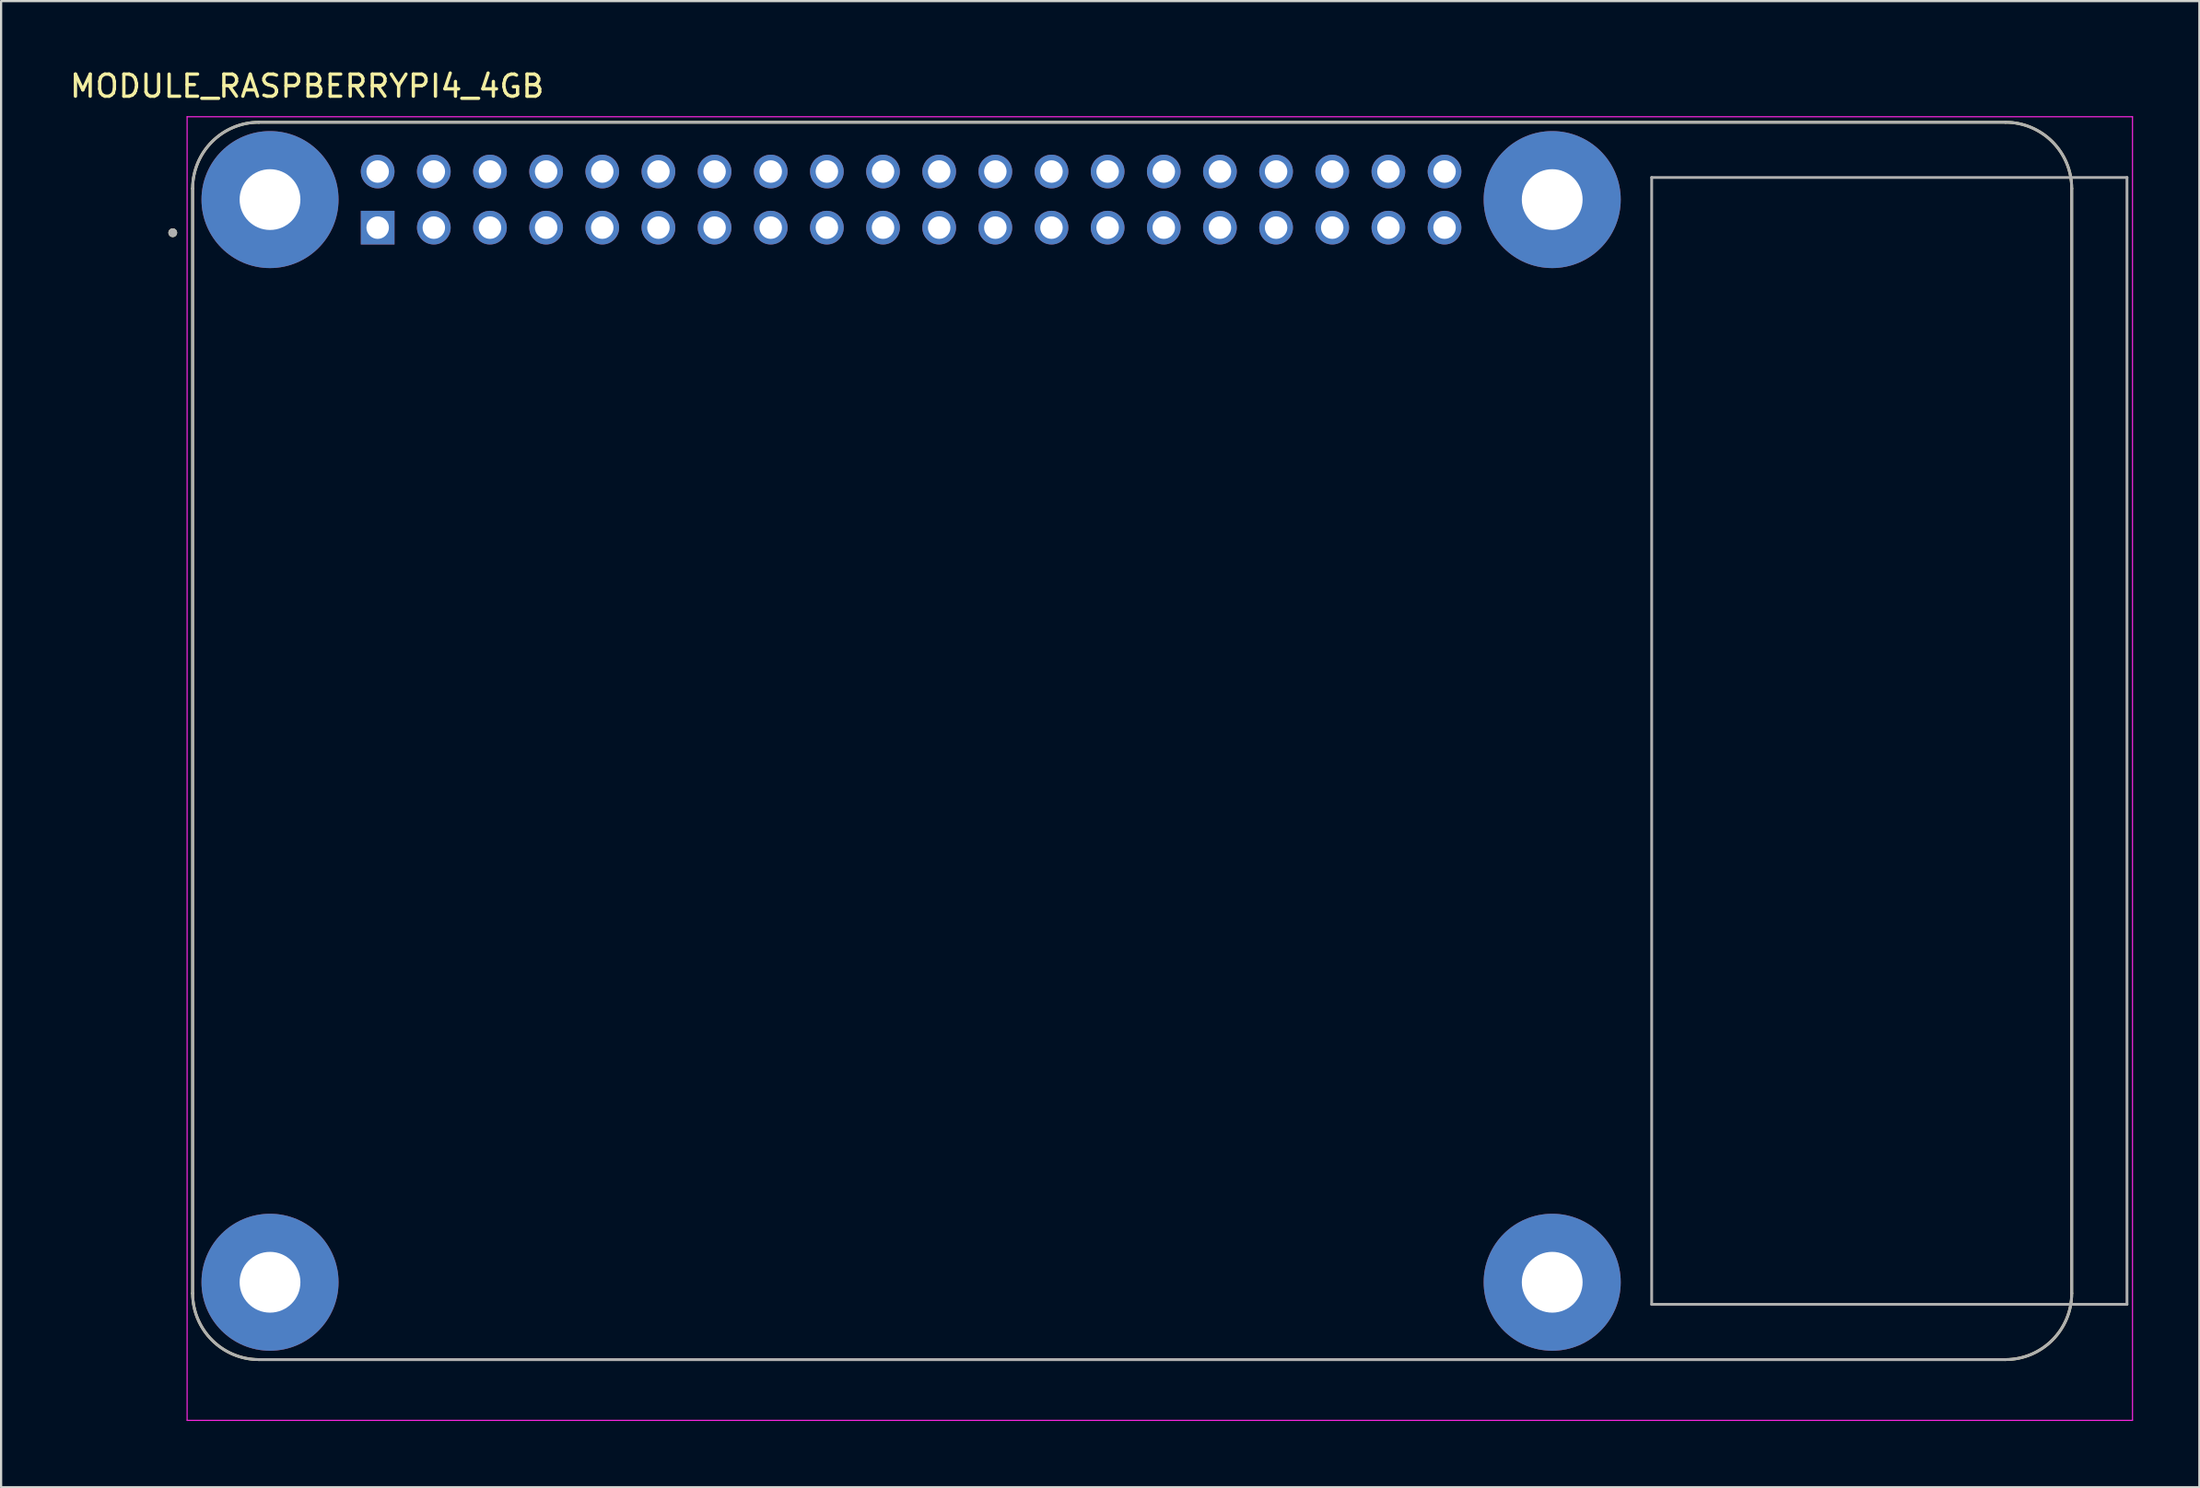
<source format=kicad_pcb>
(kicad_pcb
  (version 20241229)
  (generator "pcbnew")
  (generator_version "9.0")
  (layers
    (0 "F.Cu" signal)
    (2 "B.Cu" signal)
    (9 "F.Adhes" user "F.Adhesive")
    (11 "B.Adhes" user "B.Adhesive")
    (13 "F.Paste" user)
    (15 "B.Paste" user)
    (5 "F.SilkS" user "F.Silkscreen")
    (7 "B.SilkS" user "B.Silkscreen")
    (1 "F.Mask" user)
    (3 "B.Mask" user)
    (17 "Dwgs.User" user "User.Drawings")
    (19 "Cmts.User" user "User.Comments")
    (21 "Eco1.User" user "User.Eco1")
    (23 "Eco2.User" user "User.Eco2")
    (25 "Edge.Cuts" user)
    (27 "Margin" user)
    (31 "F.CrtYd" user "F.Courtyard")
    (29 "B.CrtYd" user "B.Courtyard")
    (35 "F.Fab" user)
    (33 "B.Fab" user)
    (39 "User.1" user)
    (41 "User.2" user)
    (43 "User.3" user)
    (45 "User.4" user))
  (footprint "MODULE_RASPBERRYPI4_4GB"
    (layer "F.Cu")
    (at 48.164 30.483)
    (property "Reference" "MODULE_RASPBERRYPI4_4GB" (at -37.325 -29.635 0) (layer "F.SilkS") (effects (font (size 1 1) (thickness 0.15))))
    (attr through_hole)
    (fp_line (start -42.5 -25) (end -42.5 25) (stroke (width 0.127) (type solid)) (layer "F.SilkS"))
    (fp_line (start -39.5 28) (end 39.5 28) (stroke (width 0.127) (type solid)) (layer "F.SilkS"))
    (fp_line (start 39.5 -28) (end -39.5 -28) (stroke (width 0.127) (type solid)) (layer "F.SilkS"))
    (fp_line (start 42.5 25) (end 42.5 -25) (stroke (width 0.127) (type solid)) (layer "F.SilkS"))
    (fp_arc (start -42.5 -25) (mid -41.62132 -27.12132) (end -39.5 -28) (stroke (width 0.127) (type solid)) (layer "F.SilkS"))
    (fp_arc (start -39.5 28) (mid -41.62132 27.12132) (end -42.5 25) (stroke (width 0.127) (type solid)) (layer "F.SilkS"))
    (fp_arc (start 39.5 -28) (mid 41.62132 -27.12132) (end 42.5 -25) (stroke (width 0.127) (type solid)) (layer "F.SilkS"))
    (fp_arc (start 42.5 25) (mid 41.62132 27.12132) (end 39.5 28) (stroke (width 0.127) (type solid)) (layer "F.SilkS"))
    (fp_circle (center -43.4 -23) (end -43.3 -23) (stroke (width 0.2) (type solid)) (fill no) (layer "F.SilkS"))
    (fp_line (start -42.75 -28.25) (end 45.25 -28.25) (stroke (width 0.05) (type solid)) (layer "F.CrtYd"))
    (fp_line (start -42.75 30.75) (end -42.75 -28.25) (stroke (width 0.05) (type solid)) (layer "F.CrtYd"))
    (fp_line (start 45.25 -28.25) (end 45.25 30.75) (stroke (width 0.05) (type solid)) (layer "F.CrtYd"))
    (fp_line (start 45.25 30.75) (end -42.75 30.75) (stroke (width 0.05) (type solid)) (layer "F.CrtYd"))
    (fp_line (start -42.5 -25) (end -42.5 25) (stroke (width 0.127) (type solid)) (layer "F.Fab"))
    (fp_line (start -39.5 28) (end 39.5 28) (stroke (width 0.127) (type solid)) (layer "F.Fab"))
    (fp_line (start 23.5 -25.5) (end 23.5 25.5) (stroke (width 0.127) (type solid)) (layer "F.Fab"))
    (fp_line (start 23.5 25.5) (end 45 25.5) (stroke (width 0.127) (type solid)) (layer "F.Fab"))
    (fp_line (start 39.5 -28) (end -39.5 -28) (stroke (width 0.127) (type solid)) (layer "F.Fab"))
    (fp_line (start 42.5 25) (end 42.5 -25) (stroke (width 0.127) (type solid)) (layer "F.Fab"))
    (fp_line (start 45 -25.5) (end 23.5 -25.5) (stroke (width 0.127) (type solid)) (layer "F.Fab"))
    (fp_line (start 45 25.5) (end 45 -25.5) (stroke (width 0.127) (type solid)) (layer "F.Fab"))
    (fp_arc (start -42.5 -25) (mid -41.62132 -27.12132) (end -39.5 -28) (stroke (width 0.127) (type solid)) (layer "F.Fab"))
    (fp_arc (start -39.5 28) (mid -41.62132 27.12132) (end -42.5 25) (stroke (width 0.127) (type solid)) (layer "F.Fab"))
    (fp_arc (start 39.5 -28) (mid 41.62132 -27.12132) (end 42.5 -25) (stroke (width 0.127) (type solid)) (layer "F.Fab"))
    (fp_arc (start 42.5 25) (mid 41.62132 27.12132) (end 39.5 28) (stroke (width 0.127) (type solid)) (layer "F.Fab"))
    (fp_circle (center -43.4 -23) (end -43.3 -23) (stroke (width 0.2) (type solid)) (fill no) (layer "F.Fab"))
    (pad "1" thru_hole rect (at -34.13 -23.23) (size 1.524 1.524) (drill 1.016) (layers "*.Cu" "*.Mask"))
    (pad "2" thru_hole circle (at -34.13 -25.77) (size 1.524 1.524) (drill 1.016) (layers "*.Cu" "*.Mask"))
    (pad "3" thru_hole circle (at -31.59 -23.23) (size 1.524 1.524) (drill 1.016) (layers "*.Cu" "*.Mask"))
    (pad "4" thru_hole circle (at -31.59 -25.77) (size 1.524 1.524) (drill 1.016) (layers "*.Cu" "*.Mask"))
    (pad "5" thru_hole circle (at -29.05 -23.23) (size 1.524 1.524) (drill 1.016) (layers "*.Cu" "*.Mask"))
    (pad "6" thru_hole circle (at -29.05 -25.77) (size 1.524 1.524) (drill 1.016) (layers "*.Cu" "*.Mask"))
    (pad "7" thru_hole circle (at -26.51 -23.23) (size 1.524 1.524) (drill 1.016) (layers "*.Cu" "*.Mask"))
    (pad "8" thru_hole circle (at -26.51 -25.77) (size 1.524 1.524) (drill 1.016) (layers "*.Cu" "*.Mask"))
    (pad "9" thru_hole circle (at -23.97 -23.23) (size 1.524 1.524) (drill 1.016) (layers "*.Cu" "*.Mask"))
    (pad "10" thru_hole circle (at -23.97 -25.77) (size 1.524 1.524) (drill 1.016) (layers "*.Cu" "*.Mask"))
    (pad "11" thru_hole circle (at -21.43 -23.23) (size 1.524 1.524) (drill 1.016) (layers "*.Cu" "*.Mask"))
    (pad "12" thru_hole circle (at -21.43 -25.77) (size 1.524 1.524) (drill 1.016) (layers "*.Cu" "*.Mask"))
    (pad "13" thru_hole circle (at -18.89 -23.23) (size 1.524 1.524) (drill 1.016) (layers "*.Cu" "*.Mask"))
    (pad "14" thru_hole circle (at -18.89 -25.77) (size 1.524 1.524) (drill 1.016) (layers "*.Cu" "*.Mask"))
    (pad "15" thru_hole circle (at -16.35 -23.23) (size 1.524 1.524) (drill 1.016) (layers "*.Cu" "*.Mask"))
    (pad "16" thru_hole circle (at -16.35 -25.77) (size 1.524 1.524) (drill 1.016) (layers "*.Cu" "*.Mask"))
    (pad "17" thru_hole circle (at -13.81 -23.23) (size 1.524 1.524) (drill 1.016) (layers "*.Cu" "*.Mask"))
    (pad "18" thru_hole circle (at -13.81 -25.77) (size 1.524 1.524) (drill 1.016) (layers "*.Cu" "*.Mask"))
    (pad "19" thru_hole circle (at -11.27 -23.23) (size 1.524 1.524) (drill 1.016) (layers "*.Cu" "*.Mask"))
    (pad "20" thru_hole circle (at -11.27 -25.77) (size 1.524 1.524) (drill 1.016) (layers "*.Cu" "*.Mask"))
    (pad "21" thru_hole circle (at -8.73 -23.23) (size 1.524 1.524) (drill 1.016) (layers "*.Cu" "*.Mask"))
    (pad "22" thru_hole circle (at -8.73 -25.77) (size 1.524 1.524) (drill 1.016) (layers "*.Cu" "*.Mask"))
    (pad "23" thru_hole circle (at -6.19 -23.23) (size 1.524 1.524) (drill 1.016) (layers "*.Cu" "*.Mask"))
    (pad "24" thru_hole circle (at -6.19 -25.77) (size 1.524 1.524) (drill 1.016) (layers "*.Cu" "*.Mask"))
    (pad "25" thru_hole circle (at -3.65 -23.23) (size 1.524 1.524) (drill 1.016) (layers "*.Cu" "*.Mask"))
    (pad "26" thru_hole circle (at -3.65 -25.77) (size 1.524 1.524) (drill 1.016) (layers "*.Cu" "*.Mask"))
    (pad "27" thru_hole circle (at -1.11 -23.23) (size 1.524 1.524) (drill 1.016) (layers "*.Cu" "*.Mask"))
    (pad "28" thru_hole circle (at -1.11 -25.77) (size 1.524 1.524) (drill 1.016) (layers "*.Cu" "*.Mask"))
    (pad "29" thru_hole circle (at 1.43 -23.23) (size 1.524 1.524) (drill 1.016) (layers "*.Cu" "*.Mask"))
    (pad "30" thru_hole circle (at 1.43 -25.77) (size 1.524 1.524) (drill 1.016) (layers "*.Cu" "*.Mask"))
    (pad "31" thru_hole circle (at 3.97 -23.23) (size 1.524 1.524) (drill 1.016) (layers "*.Cu" "*.Mask"))
    (pad "32" thru_hole circle (at 3.97 -25.77) (size 1.524 1.524) (drill 1.016) (layers "*.Cu" "*.Mask"))
    (pad "33" thru_hole circle (at 6.51 -23.23) (size 1.524 1.524) (drill 1.016) (layers "*.Cu" "*.Mask"))
    (pad "34" thru_hole circle (at 6.51 -25.77) (size 1.524 1.524) (drill 1.016) (layers "*.Cu" "*.Mask"))
    (pad "35" thru_hole circle (at 9.05 -23.23) (size 1.524 1.524) (drill 1.016) (layers "*.Cu" "*.Mask"))
    (pad "36" thru_hole circle (at 9.05 -25.77) (size 1.524 1.524) (drill 1.016) (layers "*.Cu" "*.Mask"))
    (pad "37" thru_hole circle (at 11.59 -23.23) (size 1.524 1.524) (drill 1.016) (layers "*.Cu" "*.Mask"))
    (pad "38" thru_hole circle (at 11.59 -25.77) (size 1.524 1.524) (drill 1.016) (layers "*.Cu" "*.Mask"))
    (pad "39" thru_hole circle (at 14.13 -23.23) (size 1.524 1.524) (drill 1.016) (layers "*.Cu" "*.Mask"))
    (pad "40" thru_hole circle (at 14.13 -25.77) (size 1.524 1.524) (drill 1.016) (layers "*.Cu" "*.Mask"))
    (pad "S1" thru_hole circle (at -39 -24.5) (size 6.2 6.2) (drill 2.75) (layers "*.Cu" "*.Mask"))
    (pad "S2" thru_hole circle (at 19 -24.5) (size 6.2 6.2) (drill 2.75) (layers "*.Cu" "*.Mask"))
    (pad "S3" thru_hole circle (at 19 24.5) (size 6.2 6.2) (drill 2.75) (layers "*.Cu" "*.Mask"))
    (pad "S4" thru_hole circle (at -39 24.5) (size 6.2 6.2) (drill 2.75) (layers "*.Cu" "*.Mask")))
  (gr_rect
    (start -3 -3)
    (end 96.439 64.258)
    (stroke (width 0.1) (type default))
    (fill no)
    (layer "Edge.Cuts")))
</source>
